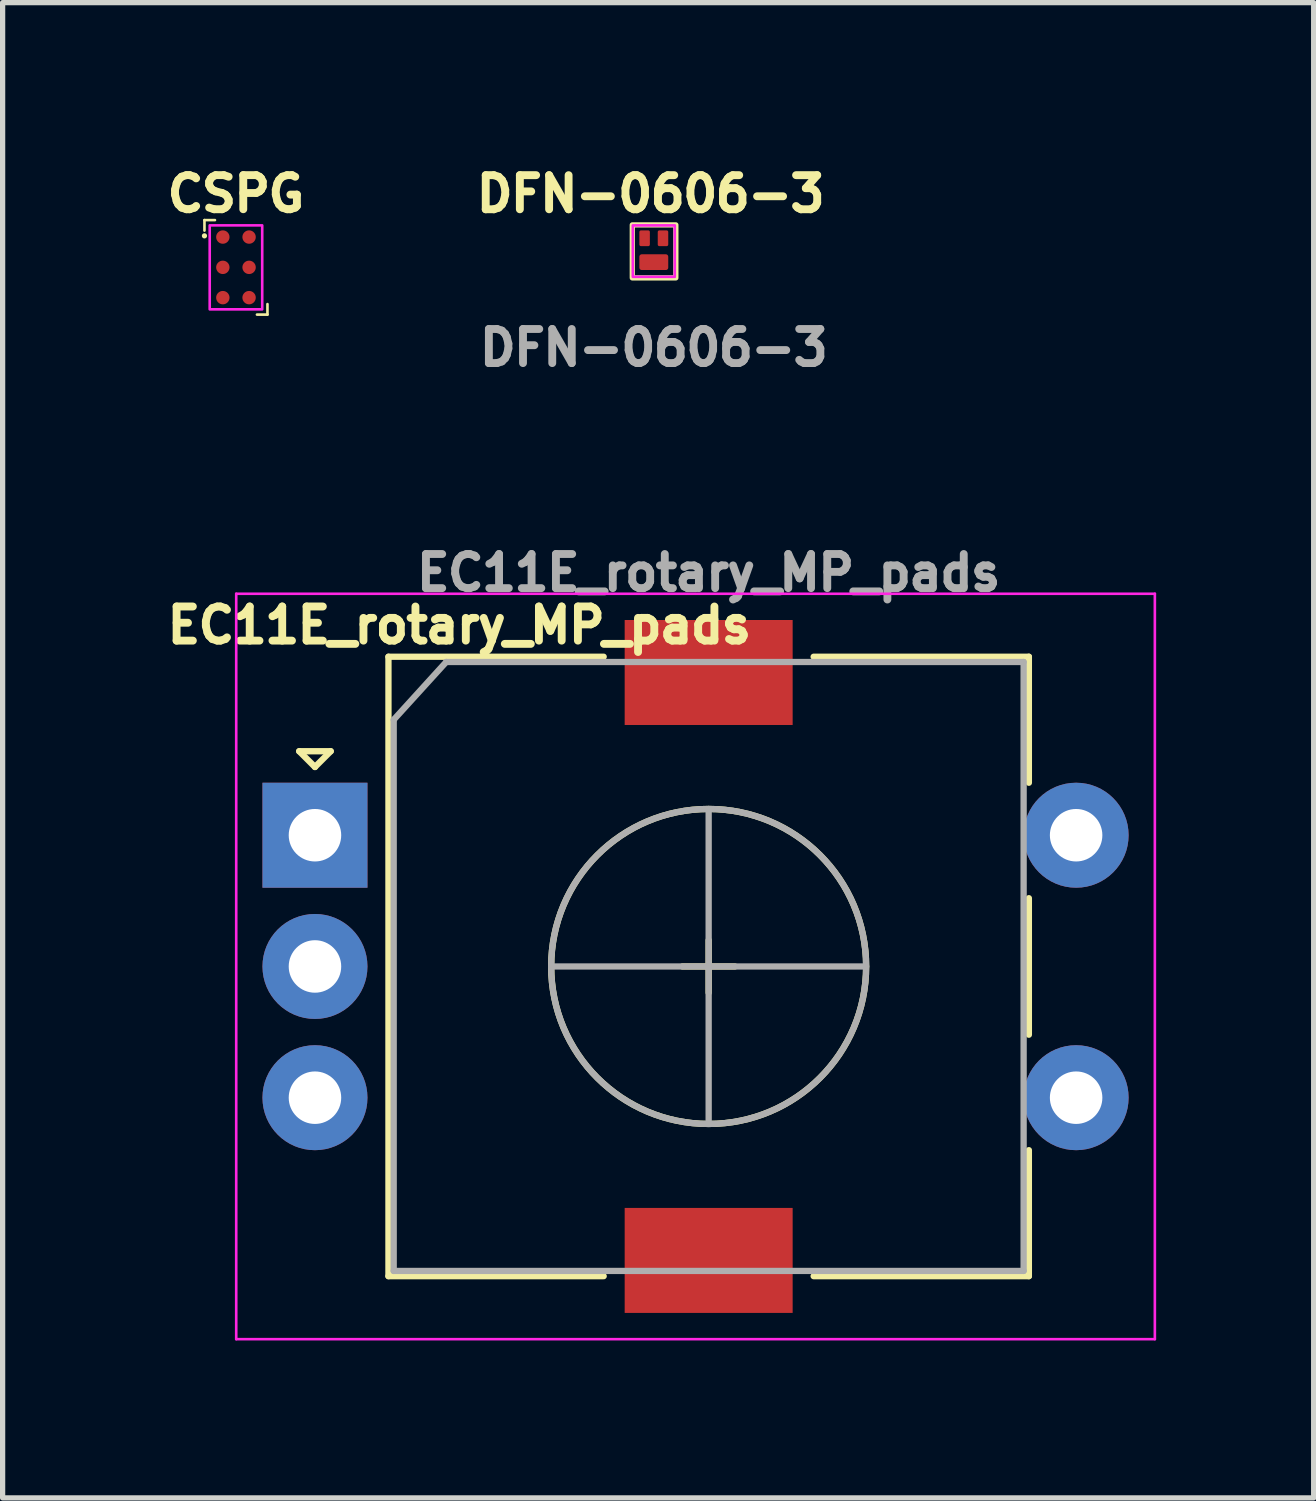
<source format=kicad_pcb>
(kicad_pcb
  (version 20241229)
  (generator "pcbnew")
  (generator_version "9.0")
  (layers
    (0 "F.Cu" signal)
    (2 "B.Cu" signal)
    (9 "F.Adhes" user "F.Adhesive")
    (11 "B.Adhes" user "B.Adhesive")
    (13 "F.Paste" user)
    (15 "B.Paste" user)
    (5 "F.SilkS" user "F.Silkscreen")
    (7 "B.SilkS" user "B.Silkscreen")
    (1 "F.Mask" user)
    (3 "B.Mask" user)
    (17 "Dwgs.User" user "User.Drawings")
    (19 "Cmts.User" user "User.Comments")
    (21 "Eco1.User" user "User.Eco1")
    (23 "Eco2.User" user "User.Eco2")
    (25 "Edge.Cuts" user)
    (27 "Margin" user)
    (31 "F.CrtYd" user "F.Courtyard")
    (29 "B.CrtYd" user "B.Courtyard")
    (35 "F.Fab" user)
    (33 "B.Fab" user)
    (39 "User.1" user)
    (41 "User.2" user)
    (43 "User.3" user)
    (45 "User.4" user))
  (footprint "CSPG"
    (layer "F.Cu")
    (at 1.445 2.043)
    (property "Reference" "CSPG" (at 0 -1.4 0) (unlocked yes) (layer "F.SilkS") (effects (font (size 0.65 0.65) (thickness 0.15) (bold yes))))
    (attr smd)
    (fp_line (start -0.6 -0.9) (end -0.4 -0.9) (stroke (width 0.05) (type default)) (layer "F.SilkS"))
    (fp_line (start -0.6 -0.7) (end -0.6 -0.9) (stroke (width 0.05) (type default)) (layer "F.SilkS"))
    (fp_line (start -0.6 -0.6) (end -0.6 -0.6) (stroke (width 0.1) (type default)) (layer "F.SilkS"))
    (fp_line (start 0.6 0.7) (end 0.6 0.9) (stroke (width 0.05) (type default)) (layer "F.SilkS"))
    (fp_line (start 0.6 0.9) (end 0.4 0.9) (stroke (width 0.05) (type default)) (layer "F.SilkS"))
    (fp_rect (start -0.5 -0.8) (end 0.5 0.8) (stroke (width 0.05) (type default)) (fill no) (layer "F.CrtYd"))
    (pad "1" smd circle (at -0.25 -0.577) (size 0.255 0.255) (layers "F.Cu" "F.Mask" "F.Paste"))
    (pad "2" smd circle (at 0.25 -0.577) (size 0.255 0.255) (layers "F.Cu" "F.Mask" "F.Paste"))
    (pad "3" smd circle (at -0.25 0) (size 0.255 0.255) (layers "F.Cu" "F.Mask" "F.Paste"))
    (pad "4" smd circle (at 0.25 0) (size 0.255 0.255) (layers "F.Cu" "F.Mask" "F.Paste"))
    (pad "5" smd circle (at -0.25 0.577) (size 0.255 0.255) (layers "F.Cu" "F.Mask" "F.Paste"))
    (pad "6" smd circle (at 0.25 0.577 90) (size 0.255 0.255) (layers "F.Cu" "F.Mask" "F.Paste")))
  (footprint "EC11E_rotary_MP_pads"
    (layer "F.Cu")
    (at 2.95 12.861)
    (property "Reference" "EC11E_rotary_MP_pads" (at 2.75 -4 0) (layer "F.SilkS") (effects (font (size 0.65 0.65) (thickness 0.15))))
    (attr through_hole)
    (fp_line (start -0.3 -1.6) (end 0.3 -1.6) (stroke (width 0.12) (type solid)) (layer "F.SilkS"))
    (fp_line (start 0 -1.3) (end -0.3 -1.6) (stroke (width 0.12) (type solid)) (layer "F.SilkS"))
    (fp_line (start 0.3 -1.6) (end 0 -1.3) (stroke (width 0.12) (type solid)) (layer "F.SilkS"))
    (fp_line (start 1.4 -3.4) (end 1.4 8.4) (stroke (width 0.12) (type solid)) (layer "F.SilkS"))
    (fp_line (start 5.5 -3.4) (end 1.4 -3.4) (stroke (width 0.12) (type solid)) (layer "F.SilkS"))
    (fp_line (start 5.5 8.4) (end 1.4 8.4) (stroke (width 0.12) (type solid)) (layer "F.SilkS"))
    (fp_line (start 7 2.5) (end 8 2.5) (stroke (width 0.12) (type solid)) (layer "F.SilkS"))
    (fp_line (start 7.5 2) (end 7.5 3) (stroke (width 0.12) (type solid)) (layer "F.SilkS"))
    (fp_line (start 9.5 -3.4) (end 13.6 -3.4) (stroke (width 0.12) (type solid)) (layer "F.SilkS"))
    (fp_line (start 13.6 -3.4) (end 13.6 -1) (stroke (width 0.12) (type solid)) (layer "F.SilkS"))
    (fp_line (start 13.6 1.2) (end 13.6 3.8) (stroke (width 0.12) (type solid)) (layer "F.SilkS"))
    (fp_line (start 13.6 6) (end 13.6 8.4) (stroke (width 0.12) (type solid)) (layer "F.SilkS"))
    (fp_line (start 13.6 8.4) (end 9.5 8.4) (stroke (width 0.12) (type solid)) (layer "F.SilkS"))
    (fp_circle (center 7.5 2.5) (end 10.5 2.5) (stroke (width 0.12) (type solid)) (fill no) (layer "F.SilkS"))
    (fp_line (start -1.5 -4.6) (end -1.5 9.6) (stroke (width 0.05) (type solid)) (layer "F.CrtYd"))
    (fp_line (start -1.5 -4.6) (end 16 -4.6) (stroke (width 0.05) (type solid)) (layer "F.CrtYd"))
    (fp_line (start 16 9.6) (end -1.5 9.6) (stroke (width 0.05) (type solid)) (layer "F.CrtYd"))
    (fp_line (start 16 9.6) (end 16 -4.6) (stroke (width 0.05) (type solid)) (layer "F.CrtYd"))
    (fp_line (start 1.5 -2.2) (end 2.5 -3.3) (stroke (width 0.12) (type solid)) (layer "F.Fab"))
    (fp_line (start 1.5 8.3) (end 1.5 -2.2) (stroke (width 0.12) (type solid)) (layer "F.Fab"))
    (fp_line (start 2.5 -3.3) (end 13.5 -3.3) (stroke (width 0.12) (type solid)) (layer "F.Fab"))
    (fp_line (start 4.5 2.5) (end 10.5 2.5) (stroke (width 0.12) (type solid)) (layer "F.Fab"))
    (fp_line (start 7.5 -0.5) (end 7.5 5.5) (stroke (width 0.12) (type solid)) (layer "F.Fab"))
    (fp_line (start 13.5 -3.3) (end 13.5 8.3) (stroke (width 0.12) (type solid)) (layer "F.Fab"))
    (fp_line (start 13.5 8.3) (end 1.5 8.3) (stroke (width 0.12) (type solid)) (layer "F.Fab"))
    (fp_circle (center 7.5 2.5) (end 10.5 2.5) (stroke (width 0.12) (type solid)) (fill no) (layer "F.Fab"))
    (fp_text user "${REFERENCE}" (at 7.5 -5 0) (layer "F.Fab") (effects (font (size 0.65 0.65) (thickness 0.15))))
    (pad "A" thru_hole rect (at 0 0) (size 2 2) (drill 1) (layers "*.Cu" "*.Mask"))
    (pad "B" thru_hole circle (at 0 5) (size 2 2) (drill 1) (layers "*.Cu" "*.Mask"))
    (pad "C" thru_hole circle (at 0 2.5) (size 2 2) (drill 1) (layers "*.Cu" "*.Mask"))
    (pad "MP" smd rect (at 7.5 -3.1) (size 3.2 2) (layers "F.Cu" "F.Mask" "F.Paste"))
    (pad "MP" smd rect (at 7.5 8.1) (size 3.2 2) (layers "F.Cu" "F.Mask" "F.Paste"))
    (pad "S1" thru_hole circle (at 14.5 5) (size 2 2) (drill 1) (layers "*.Cu" "*.Mask"))
    (pad "S2" thru_hole circle (at 14.5 0) (size 2 2) (drill 1) (layers "*.Cu" "*.Mask")))
  (footprint "DFN-0606-3"
    (layer "F.Cu")
    (at 9.405 1.734)
    (property "Reference" "DFN-0606-3" (at -0.06 -1.09 0) (unlocked yes) (layer "F.SilkS") (effects (font (size 0.65 0.65) (thickness 0.15) (bold yes))))
    (attr smd)
    (fp_rect (start -0.41 -0.5) (end 0.42 0.51) (stroke (width 0.1) (type default)) (fill no) (layer "F.SilkS"))
    (fp_rect (start -0.4 -0.49) (end 0.4 0.49) (stroke (width 0.05) (type solid)) (fill no) (layer "F.CrtYd"))
    (fp_text user "${REFERENCE}" (at 0 1.84 0) (unlocked yes) (layer "F.Fab") (effects (font (size 0.65 0.65) (thickness 0.15))))
    (pad "1" smd roundrect (at 0 0.21 270) (size 0.3 0.55) (layers "F.Cu" "F.Mask" "F.Paste") (roundrect_rratio 0.15))
    (pad "2" smd roundrect (at 0.175 -0.245 270) (size 0.3 0.2) (layers "F.Cu" "F.Mask" "F.Paste") (roundrect_rratio 0.15))
    (pad "3" smd roundrect (at -0.175 -0.245 270) (size 0.3 0.2) (layers "F.Cu" "F.Mask" "F.Paste") (roundrect_rratio 0.15)))
  (gr_rect
    (start -3 -3)
    (end 21.975 25.485)
    (stroke (width 0.1) (type default))
    (fill no)
    (layer "Edge.Cuts")))
</source>
